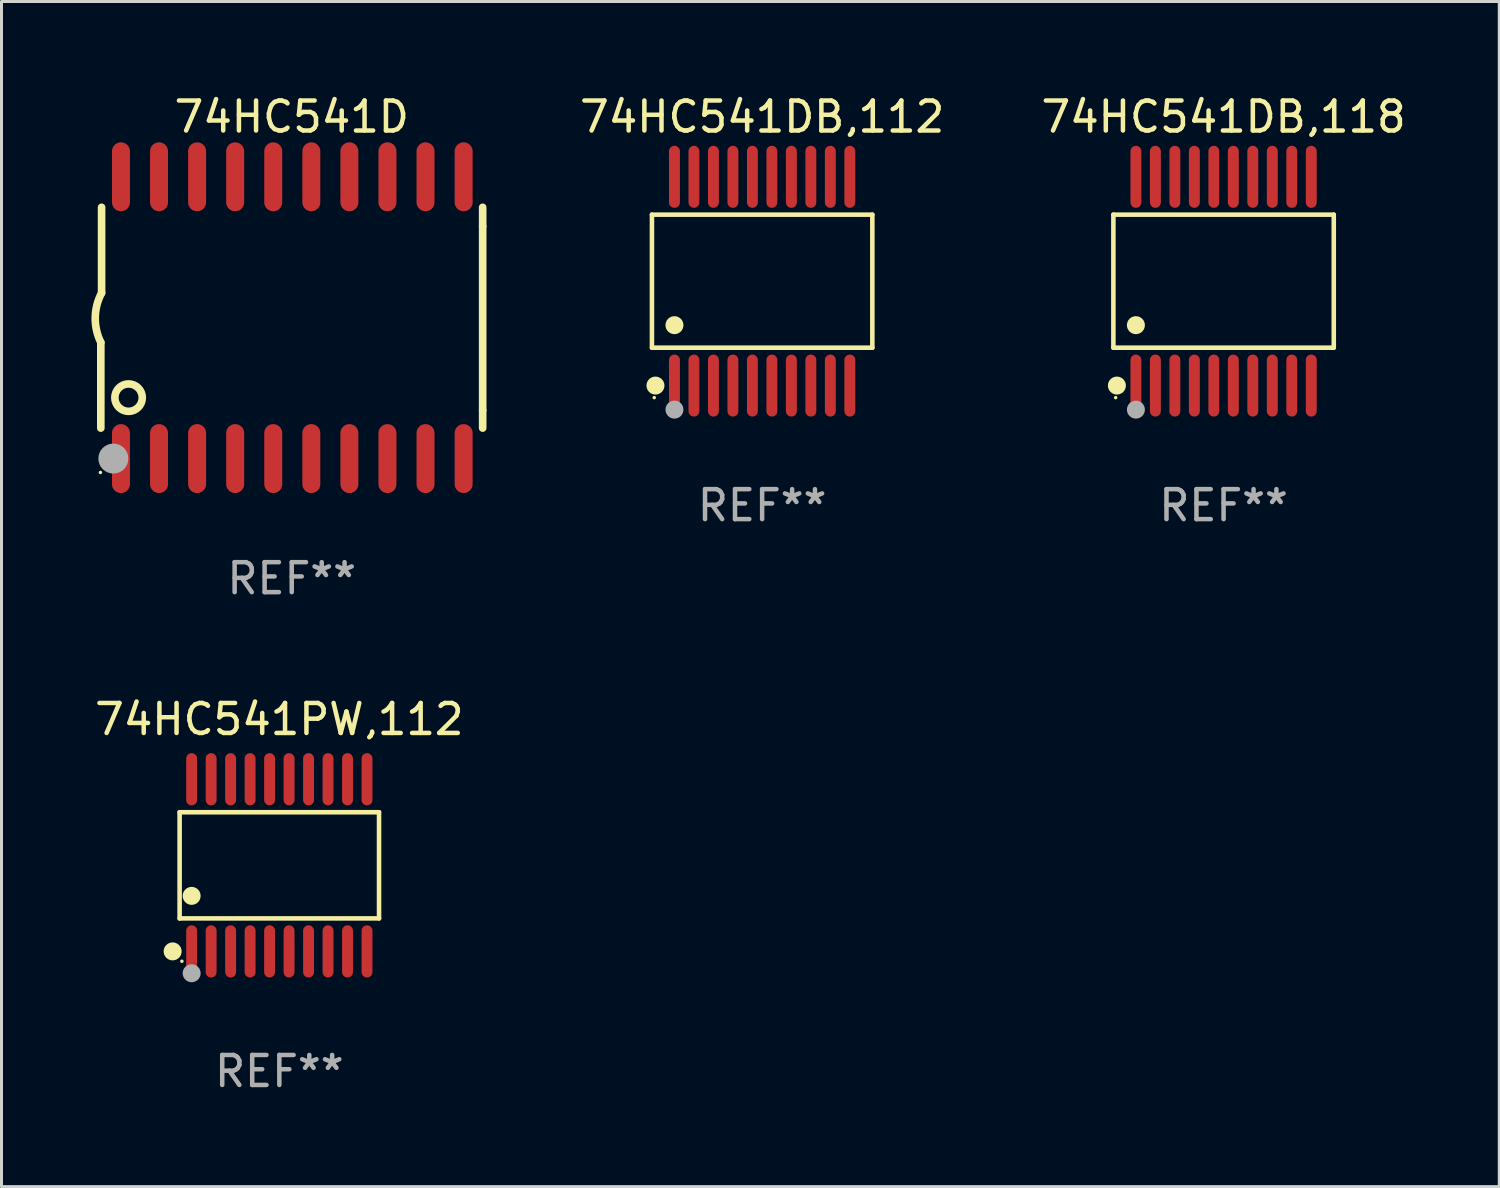
<source format=kicad_pcb>
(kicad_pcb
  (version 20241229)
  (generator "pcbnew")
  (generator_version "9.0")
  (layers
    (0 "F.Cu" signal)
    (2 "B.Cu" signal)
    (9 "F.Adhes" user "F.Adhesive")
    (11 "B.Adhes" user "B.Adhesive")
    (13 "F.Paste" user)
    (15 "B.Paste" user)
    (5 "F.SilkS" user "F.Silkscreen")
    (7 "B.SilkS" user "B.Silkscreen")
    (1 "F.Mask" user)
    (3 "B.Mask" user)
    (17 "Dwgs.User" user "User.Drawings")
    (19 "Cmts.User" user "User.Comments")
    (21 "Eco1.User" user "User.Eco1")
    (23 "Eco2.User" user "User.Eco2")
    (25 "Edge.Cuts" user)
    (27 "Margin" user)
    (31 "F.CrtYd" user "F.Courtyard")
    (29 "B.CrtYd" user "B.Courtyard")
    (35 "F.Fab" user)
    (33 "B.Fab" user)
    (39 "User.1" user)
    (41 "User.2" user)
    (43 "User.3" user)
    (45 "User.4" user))
  (footprint "74HC541D"
    (layer "F.Cu")
    (at 6.682 7.548)
    (property "Reference" "74HC541D" (at 0 -6.7 0) (layer "F.SilkS") (effects (font (size 1 1) (thickness 0.15))))
    (attr through_hole)
    (fp_line (start -6.369 0.826) (end -6.369 3.683) (stroke (width 0.254) (type solid)) (layer "F.SilkS"))
    (fp_line (start -6.343 -0.825) (end -6.343 -3.683) (stroke (width 0.254) (type solid)) (layer "F.SilkS"))
    (fp_line (start 6.369 -3.048) (end 6.369 -3.683) (stroke (width 0.254) (type solid)) (layer "F.SilkS"))
    (fp_line (start 6.369 -3.048) (end 6.369 3.096) (stroke (width 0.254) (type solid)) (layer "F.SilkS"))
    (fp_line (start 6.369 3.096) (end 6.369 3.683) (stroke (width 0.254) (type solid)) (layer "F.SilkS"))
    (fp_arc (start -6.36853 0.825552) (mid -6.554743 -0.00301) (end -6.343129 -0.825451) (stroke (width 0.254001) (type solid)) (layer "F.SilkS"))
    (fp_circle (center -6.382 5.163) (end -6.352 5.163) (stroke (width 0.06) (type solid)) (fill no) (layer "F.SilkS"))
    (fp_circle (center -5.443 2.667) (end -4.985 2.667) (stroke (width 0.254) (type solid)) (fill no) (layer "F.SilkS"))
    (fp_circle (center -5.951 4.699) (end -5.701 4.699) (stroke (width 0.5) (type solid)) (fill no) (layer "F.Fab"))
    (fp_text user "REF**" (at 0 8.7 0) (layer "F.Fab") (effects (font (size 1 1) (thickness 0.15))))
    (pad "1" smd oval (at -5.697 4.7 180) (size 0.6 2.3) (layers "F.Cu" "F.Mask" "F.Paste"))
    (pad "2" smd oval (at -4.427 4.7 180) (size 0.6 2.3) (layers "F.Cu" "F.Mask" "F.Paste"))
    (pad "3" smd oval (at -3.157 4.7 180) (size 0.6 2.3) (layers "F.Cu" "F.Mask" "F.Paste"))
    (pad "4" smd oval (at -1.887 4.7 180) (size 0.6 2.3) (layers "F.Cu" "F.Mask" "F.Paste"))
    (pad "5" smd oval (at -0.617 4.7 180) (size 0.6 2.3) (layers "F.Cu" "F.Mask" "F.Paste"))
    (pad "6" smd oval (at 0.653 4.7 180) (size 0.6 2.3) (layers "F.Cu" "F.Mask" "F.Paste"))
    (pad "7" smd oval (at 1.923 4.7 180) (size 0.6 2.3) (layers "F.Cu" "F.Mask" "F.Paste"))
    (pad "8" smd oval (at 3.193 4.7 180) (size 0.6 2.3) (layers "F.Cu" "F.Mask" "F.Paste"))
    (pad "9" smd oval (at 4.463 4.7 180) (size 0.6 2.3) (layers "F.Cu" "F.Mask" "F.Paste"))
    (pad "10" smd oval (at 5.734 4.7 180) (size 0.6 2.3) (layers "F.Cu" "F.Mask" "F.Paste"))
    (pad "11" smd oval (at 5.734 -4.7 180) (size 0.6 2.3) (layers "F.Cu" "F.Mask" "F.Paste"))
    (pad "12" smd oval (at 4.463 -4.7 180) (size 0.6 2.3) (layers "F.Cu" "F.Mask" "F.Paste"))
    (pad "13" smd oval (at 3.193 -4.7 180) (size 0.6 2.3) (layers "F.Cu" "F.Mask" "F.Paste"))
    (pad "14" smd oval (at 1.923 -4.7 180) (size 0.6 2.3) (layers "F.Cu" "F.Mask" "F.Paste"))
    (pad "15" smd oval (at 0.653 -4.7 180) (size 0.6 2.3) (layers "F.Cu" "F.Mask" "F.Paste"))
    (pad "16" smd oval (at -0.617 -4.7 180) (size 0.6 2.3) (layers "F.Cu" "F.Mask" "F.Paste"))
    (pad "17" smd oval (at -1.887 -4.7 180) (size 0.6 2.3) (layers "F.Cu" "F.Mask" "F.Paste"))
    (pad "18" smd oval (at -3.157 -4.7 180) (size 0.6 2.3) (layers "F.Cu" "F.Mask" "F.Paste"))
    (pad "19" smd oval (at -4.427 -4.7 180) (size 0.6 2.3) (layers "F.Cu" "F.Mask" "F.Paste"))
    (pad "20" smd oval (at -5.697 -4.7 180) (size 0.6 2.3) (layers "F.Cu" "F.Mask" "F.Paste")))
  (footprint "74HC541PW,112"
    (layer "F.Cu")
    (at 6.268 25.816)
    (property "Reference" "74HC541PW,112" (at 0 -4.871 0) (layer "F.SilkS") (effects (font (size 1 1) (thickness 0.15))))
    (attr through_hole)
    (fp_line (start -3.326 -1.771) (end 3.326 -1.771) (stroke (width 0.152) (type solid)) (layer "F.SilkS"))
    (fp_line (start -3.326 1.771) (end -3.326 -1.771) (stroke (width 0.152) (type solid)) (layer "F.SilkS"))
    (fp_line (start 3.326 -1.771) (end 3.326 1.771) (stroke (width 0.152) (type solid)) (layer "F.SilkS"))
    (fp_line (start 3.326 1.771) (end -3.326 1.771) (stroke (width 0.152) (type solid)) (layer "F.SilkS"))
    (fp_circle (center -3.559 2.871) (end -3.409 2.871) (stroke (width 0.3) (type solid)) (fill no) (layer "F.SilkS"))
    (fp_circle (center -3.25 3.2) (end -3.22 3.2) (stroke (width 0.06) (type solid)) (fill no) (layer "F.SilkS"))
    (fp_circle (center -2.925 1.019) (end -2.775 1.019) (stroke (width 0.3) (type solid)) (fill no) (layer "F.SilkS"))
    (fp_circle (center -2.925 3.6) (end -2.775 3.6) (stroke (width 0.3) (type solid)) (fill no) (layer "F.Fab"))
    (fp_text user "REF**" (at 0 6.871 0) (layer "F.Fab") (effects (font (size 1 1) (thickness 0.15))))
    (pad "1" smd oval (at -2.925 2.871) (size 0.364 1.742) (layers "F.Cu" "F.Mask" "F.Paste"))
    (pad "2" smd oval (at -2.275 2.871) (size 0.364 1.742) (layers "F.Cu" "F.Mask" "F.Paste"))
    (pad "3" smd oval (at -1.625 2.871) (size 0.364 1.742) (layers "F.Cu" "F.Mask" "F.Paste"))
    (pad "4" smd oval (at -0.975 2.871) (size 0.364 1.742) (layers "F.Cu" "F.Mask" "F.Paste"))
    (pad "5" smd oval (at -0.325 2.871) (size 0.364 1.742) (layers "F.Cu" "F.Mask" "F.Paste"))
    (pad "6" smd oval (at 0.325 2.871) (size 0.364 1.742) (layers "F.Cu" "F.Mask" "F.Paste"))
    (pad "7" smd oval (at 0.975 2.871) (size 0.364 1.742) (layers "F.Cu" "F.Mask" "F.Paste"))
    (pad "8" smd oval (at 1.625 2.871) (size 0.364 1.742) (layers "F.Cu" "F.Mask" "F.Paste"))
    (pad "9" smd oval (at 2.275 2.871) (size 0.364 1.742) (layers "F.Cu" "F.Mask" "F.Paste"))
    (pad "10" smd oval (at 2.925 2.871) (size 0.364 1.742) (layers "F.Cu" "F.Mask" "F.Paste"))
    (pad "11" smd oval (at 2.925 -2.871) (size 0.364 1.742) (layers "F.Cu" "F.Mask" "F.Paste"))
    (pad "12" smd oval (at 2.275 -2.871) (size 0.364 1.742) (layers "F.Cu" "F.Mask" "F.Paste"))
    (pad "13" smd oval (at 1.625 -2.871) (size 0.364 1.742) (layers "F.Cu" "F.Mask" "F.Paste"))
    (pad "14" smd oval (at 0.975 -2.871) (size 0.364 1.742) (layers "F.Cu" "F.Mask" "F.Paste"))
    (pad "15" smd oval (at 0.325 -2.871) (size 0.364 1.742) (layers "F.Cu" "F.Mask" "F.Paste"))
    (pad "16" smd oval (at -0.325 -2.871) (size 0.364 1.742) (layers "F.Cu" "F.Mask" "F.Paste"))
    (pad "17" smd oval (at -0.975 -2.871) (size 0.364 1.742) (layers "F.Cu" "F.Mask" "F.Paste"))
    (pad "18" smd oval (at -1.625 -2.871) (size 0.364 1.742) (layers "F.Cu" "F.Mask" "F.Paste"))
    (pad "19" smd oval (at -2.275 -2.871) (size 0.364 1.742) (layers "F.Cu" "F.Mask" "F.Paste"))
    (pad "20" smd oval (at -2.925 -2.871) (size 0.364 1.742) (layers "F.Cu" "F.Mask" "F.Paste")))
  (footprint "74HC541DB,112"
    (layer "F.Cu")
    (at 22.374 6.33)
    (property "Reference" "74HC541DB,112" (at 0 -5.482 0) (layer "F.SilkS") (effects (font (size 1 1) (thickness 0.15))))
    (attr through_hole)
    (fp_line (start -3.676 -2.219) (end 3.676 -2.219) (stroke (width 0.152) (type solid)) (layer "F.SilkS"))
    (fp_line (start -3.676 2.219) (end -3.676 -2.219) (stroke (width 0.152) (type solid)) (layer "F.SilkS"))
    (fp_line (start 3.676 -2.219) (end 3.676 2.219) (stroke (width 0.152) (type solid)) (layer "F.SilkS"))
    (fp_line (start 3.676 2.219) (end -3.676 2.219) (stroke (width 0.152) (type solid)) (layer "F.SilkS"))
    (fp_circle (center -3.6 3.885) (end -3.57 3.885) (stroke (width 0.06) (type solid)) (fill no) (layer "F.SilkS"))
    (fp_circle (center -3.559 3.482) (end -3.409 3.482) (stroke (width 0.3) (type solid)) (fill no) (layer "F.SilkS"))
    (fp_circle (center -2.925 1.467) (end -2.775 1.467) (stroke (width 0.3) (type solid)) (fill no) (layer "F.SilkS"))
    (fp_circle (center -2.925 4.285) (end -2.775 4.285) (stroke (width 0.3) (type solid)) (fill no) (layer "F.Fab"))
    (fp_text user "REF**" (at 0 7.482 0) (layer "F.Fab") (effects (font (size 1 1) (thickness 0.15))))
    (pad "1" smd oval (at -2.925 3.482) (size 0.364 2.069) (layers "F.Cu" "F.Mask" "F.Paste"))
    (pad "2" smd oval (at -2.275 3.482) (size 0.364 2.069) (layers "F.Cu" "F.Mask" "F.Paste"))
    (pad "3" smd oval (at -1.625 3.482) (size 0.364 2.069) (layers "F.Cu" "F.Mask" "F.Paste"))
    (pad "4" smd oval (at -0.975 3.482) (size 0.364 2.069) (layers "F.Cu" "F.Mask" "F.Paste"))
    (pad "5" smd oval (at -0.325 3.482) (size 0.364 2.069) (layers "F.Cu" "F.Mask" "F.Paste"))
    (pad "6" smd oval (at 0.325 3.482) (size 0.364 2.069) (layers "F.Cu" "F.Mask" "F.Paste"))
    (pad "7" smd oval (at 0.975 3.482) (size 0.364 2.069) (layers "F.Cu" "F.Mask" "F.Paste"))
    (pad "8" smd oval (at 1.625 3.482) (size 0.364 2.069) (layers "F.Cu" "F.Mask" "F.Paste"))
    (pad "9" smd oval (at 2.275 3.482) (size 0.364 2.069) (layers "F.Cu" "F.Mask" "F.Paste"))
    (pad "10" smd oval (at 2.925 3.482) (size 0.364 2.069) (layers "F.Cu" "F.Mask" "F.Paste"))
    (pad "11" smd oval (at 2.925 -3.482) (size 0.364 2.069) (layers "F.Cu" "F.Mask" "F.Paste"))
    (pad "12" smd oval (at 2.275 -3.482) (size 0.364 2.069) (layers "F.Cu" "F.Mask" "F.Paste"))
    (pad "13" smd oval (at 1.625 -3.482) (size 0.364 2.069) (layers "F.Cu" "F.Mask" "F.Paste"))
    (pad "14" smd oval (at 0.975 -3.482) (size 0.364 2.069) (layers "F.Cu" "F.Mask" "F.Paste"))
    (pad "15" smd oval (at 0.325 -3.482) (size 0.364 2.069) (layers "F.Cu" "F.Mask" "F.Paste"))
    (pad "16" smd oval (at -0.325 -3.482) (size 0.364 2.069) (layers "F.Cu" "F.Mask" "F.Paste"))
    (pad "17" smd oval (at -0.975 -3.482) (size 0.364 2.069) (layers "F.Cu" "F.Mask" "F.Paste"))
    (pad "18" smd oval (at -1.625 -3.482) (size 0.364 2.069) (layers "F.Cu" "F.Mask" "F.Paste"))
    (pad "19" smd oval (at -2.275 -3.482) (size 0.364 2.069) (layers "F.Cu" "F.Mask" "F.Paste"))
    (pad "20" smd oval (at -2.925 -3.482) (size 0.364 2.069) (layers "F.Cu" "F.Mask" "F.Paste")))
  (footprint "74HC541DB,118"
    (layer "F.Cu")
    (at 37.767 6.33)
    (property "Reference" "74HC541DB,118" (at 0 -5.482 0) (layer "F.SilkS") (effects (font (size 1 1) (thickness 0.15))))
    (attr through_hole)
    (fp_line (start -3.676 -2.219) (end 3.676 -2.219) (stroke (width 0.152) (type solid)) (layer "F.SilkS"))
    (fp_line (start -3.676 2.219) (end -3.676 -2.219) (stroke (width 0.152) (type solid)) (layer "F.SilkS"))
    (fp_line (start 3.676 -2.219) (end 3.676 2.219) (stroke (width 0.152) (type solid)) (layer "F.SilkS"))
    (fp_line (start 3.676 2.219) (end -3.676 2.219) (stroke (width 0.152) (type solid)) (layer "F.SilkS"))
    (fp_circle (center -3.6 3.885) (end -3.57 3.885) (stroke (width 0.06) (type solid)) (fill no) (layer "F.SilkS"))
    (fp_circle (center -3.559 3.482) (end -3.409 3.482) (stroke (width 0.3) (type solid)) (fill no) (layer "F.SilkS"))
    (fp_circle (center -2.925 1.467) (end -2.775 1.467) (stroke (width 0.3) (type solid)) (fill no) (layer "F.SilkS"))
    (fp_circle (center -2.925 4.285) (end -2.775 4.285) (stroke (width 0.3) (type solid)) (fill no) (layer "F.Fab"))
    (fp_text user "REF**" (at 0 7.482 0) (layer "F.Fab") (effects (font (size 1 1) (thickness 0.15))))
    (pad "1" smd oval (at -2.925 3.482) (size 0.364 2.069) (layers "F.Cu" "F.Mask" "F.Paste"))
    (pad "2" smd oval (at -2.275 3.482) (size 0.364 2.069) (layers "F.Cu" "F.Mask" "F.Paste"))
    (pad "3" smd oval (at -1.625 3.482) (size 0.364 2.069) (layers "F.Cu" "F.Mask" "F.Paste"))
    (pad "4" smd oval (at -0.975 3.482) (size 0.364 2.069) (layers "F.Cu" "F.Mask" "F.Paste"))
    (pad "5" smd oval (at -0.325 3.482) (size 0.364 2.069) (layers "F.Cu" "F.Mask" "F.Paste"))
    (pad "6" smd oval (at 0.325 3.482) (size 0.364 2.069) (layers "F.Cu" "F.Mask" "F.Paste"))
    (pad "7" smd oval (at 0.975 3.482) (size 0.364 2.069) (layers "F.Cu" "F.Mask" "F.Paste"))
    (pad "8" smd oval (at 1.625 3.482) (size 0.364 2.069) (layers "F.Cu" "F.Mask" "F.Paste"))
    (pad "9" smd oval (at 2.275 3.482) (size 0.364 2.069) (layers "F.Cu" "F.Mask" "F.Paste"))
    (pad "10" smd oval (at 2.925 3.482) (size 0.364 2.069) (layers "F.Cu" "F.Mask" "F.Paste"))
    (pad "11" smd oval (at 2.925 -3.482) (size 0.364 2.069) (layers "F.Cu" "F.Mask" "F.Paste"))
    (pad "12" smd oval (at 2.275 -3.482) (size 0.364 2.069) (layers "F.Cu" "F.Mask" "F.Paste"))
    (pad "13" smd oval (at 1.625 -3.482) (size 0.364 2.069) (layers "F.Cu" "F.Mask" "F.Paste"))
    (pad "14" smd oval (at 0.975 -3.482) (size 0.364 2.069) (layers "F.Cu" "F.Mask" "F.Paste"))
    (pad "15" smd oval (at 0.325 -3.482) (size 0.364 2.069) (layers "F.Cu" "F.Mask" "F.Paste"))
    (pad "16" smd oval (at -0.325 -3.482) (size 0.364 2.069) (layers "F.Cu" "F.Mask" "F.Paste"))
    (pad "17" smd oval (at -0.975 -3.482) (size 0.364 2.069) (layers "F.Cu" "F.Mask" "F.Paste"))
    (pad "18" smd oval (at -1.625 -3.482) (size 0.364 2.069) (layers "F.Cu" "F.Mask" "F.Paste"))
    (pad "19" smd oval (at -2.275 -3.482) (size 0.364 2.069) (layers "F.Cu" "F.Mask" "F.Paste"))
    (pad "20" smd oval (at -2.925 -3.482) (size 0.364 2.069) (layers "F.Cu" "F.Mask" "F.Paste")))
  (gr_rect
    (start -3 -3)
    (end 46.963 36.535)
    (stroke (width 0.1) (type default))
    (fill no)
    (layer "Edge.Cuts")))
</source>
